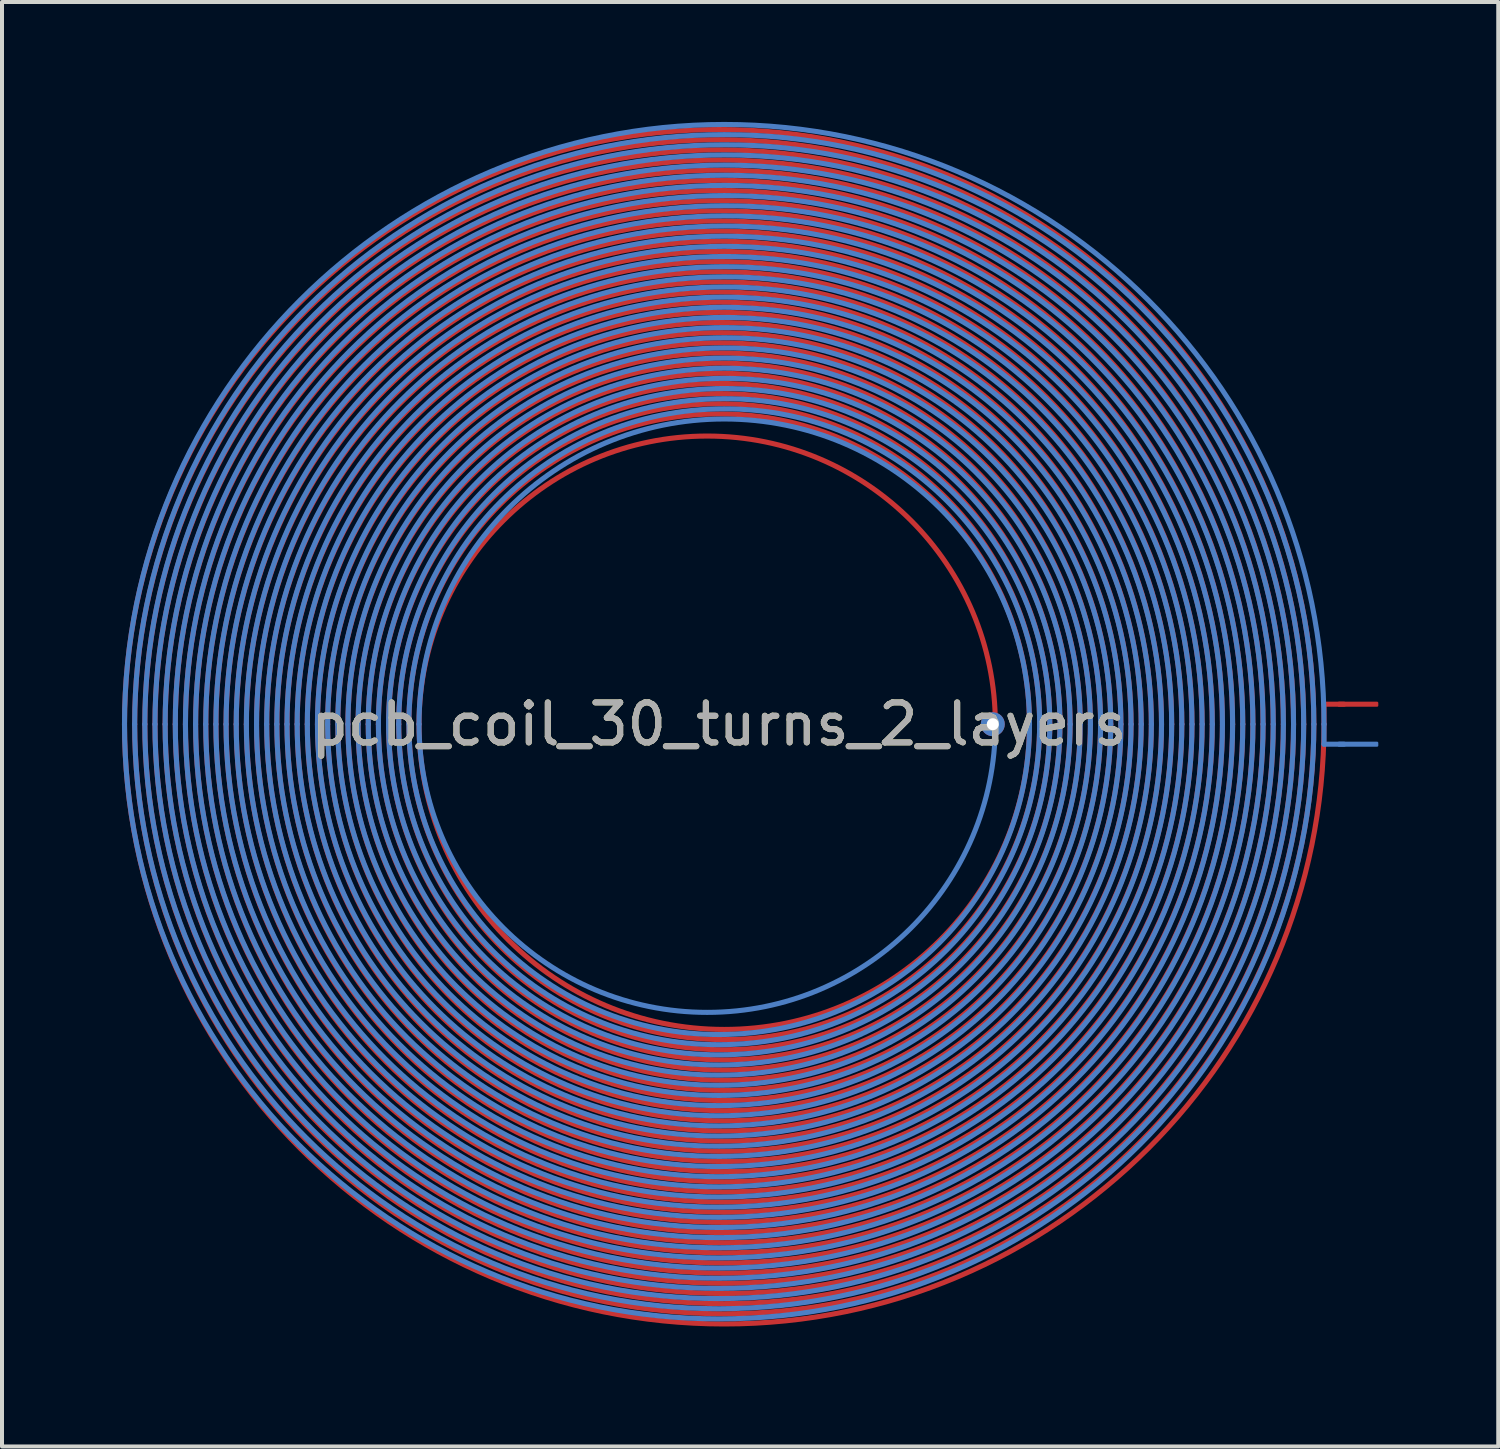
<source format=kicad_pcb>
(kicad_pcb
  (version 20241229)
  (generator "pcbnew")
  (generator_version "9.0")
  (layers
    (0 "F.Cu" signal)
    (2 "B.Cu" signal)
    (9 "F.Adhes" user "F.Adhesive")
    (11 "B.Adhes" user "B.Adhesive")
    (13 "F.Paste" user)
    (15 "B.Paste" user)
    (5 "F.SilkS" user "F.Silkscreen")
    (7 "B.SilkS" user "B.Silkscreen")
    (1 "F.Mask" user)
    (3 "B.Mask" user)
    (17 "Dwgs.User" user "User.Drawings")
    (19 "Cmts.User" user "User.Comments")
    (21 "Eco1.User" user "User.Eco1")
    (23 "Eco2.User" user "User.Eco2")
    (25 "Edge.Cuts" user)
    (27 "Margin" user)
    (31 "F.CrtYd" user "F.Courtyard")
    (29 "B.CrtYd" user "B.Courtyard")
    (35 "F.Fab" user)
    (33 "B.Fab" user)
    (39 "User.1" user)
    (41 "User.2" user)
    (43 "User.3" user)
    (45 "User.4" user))
  (footprint "pcb_coil_30_turns_2_layers"
    (layer "F.Cu")
    (at 14.937 15.063)
    (property "Reference" "pcb_coil_30_turns_2_layers" (at 0 0 0) (unlocked yes) (layer "F.SilkS") (effects (font (size 1 1) (thickness 0.15))))
    (attr smd)
    (fp_line (start 15.127 -0.5) (end 15.627 -0.5) (stroke (width 0.127) (type solid)) (layer "F.Cu"))
    (fp_line (start 15.127 0) (end 15.127 -0.5) (stroke (width 0.127) (type solid)) (layer "F.Cu"))
    (fp_arc (start -14.873 0) (mid 0 -14.873) (end 14.873 0) (stroke (width 0.127) (type solid)) (layer "F.Cu"))
    (fp_arc (start -14.619 0) (mid 0 -14.619) (end 14.619 0) (stroke (width 0.127) (type solid)) (layer "F.Cu"))
    (fp_arc (start -14.365 0) (mid 0 -14.365) (end 14.365 0) (stroke (width 0.127) (type solid)) (layer "F.Cu"))
    (fp_arc (start -14.111 0) (mid 0 -14.111) (end 14.111 0) (stroke (width 0.127) (type solid)) (layer "F.Cu"))
    (fp_arc (start -13.857 0) (mid 0 -13.857) (end 13.857 0) (stroke (width 0.127) (type solid)) (layer "F.Cu"))
    (fp_arc (start -13.603 0) (mid 0 -13.603) (end 13.603 0) (stroke (width 0.127) (type solid)) (layer "F.Cu"))
    (fp_arc (start -13.349 0) (mid 0 -13.349) (end 13.349 0) (stroke (width 0.127) (type solid)) (layer "F.Cu"))
    (fp_arc (start -13.095 0) (mid 0 -13.095) (end 13.095 0) (stroke (width 0.127) (type solid)) (layer "F.Cu"))
    (fp_arc (start -12.841 0) (mid 0 -12.841) (end 12.841 0) (stroke (width 0.127) (type solid)) (layer "F.Cu"))
    (fp_arc (start -12.587 0) (mid 0 -12.587) (end 12.587 0) (stroke (width 0.127) (type solid)) (layer "F.Cu"))
    (fp_arc (start -12.333 0) (mid 0 -12.333) (end 12.333 0) (stroke (width 0.127) (type solid)) (layer "F.Cu"))
    (fp_arc (start -12.079 0) (mid 0 -12.079) (end 12.079 0) (stroke (width 0.127) (type solid)) (layer "F.Cu"))
    (fp_arc (start -11.825 0) (mid 0 -11.825) (end 11.825 0) (stroke (width 0.127) (type solid)) (layer "F.Cu"))
    (fp_arc (start -11.571 0) (mid 0 -11.571) (end 11.571 0) (stroke (width 0.127) (type solid)) (layer "F.Cu"))
    (fp_arc (start -11.317 0) (mid 0 -11.317) (end 11.317 0) (stroke (width 0.127) (type solid)) (layer "F.Cu"))
    (fp_arc (start -11.063 0) (mid 0 -11.063) (end 11.063 0) (stroke (width 0.127) (type solid)) (layer "F.Cu"))
    (fp_arc (start -10.809 0) (mid 0 -10.809) (end 10.809 0) (stroke (width 0.127) (type solid)) (layer "F.Cu"))
    (fp_arc (start -10.555 0) (mid 0 -10.555) (end 10.555 0) (stroke (width 0.127) (type solid)) (layer "F.Cu"))
    (fp_arc (start -10.301 0) (mid 0 -10.301) (end 10.301 0) (stroke (width 0.127) (type solid)) (layer "F.Cu"))
    (fp_arc (start -10.047 0) (mid 0 -10.047) (end 10.047 0) (stroke (width 0.127) (type solid)) (layer "F.Cu"))
    (fp_arc (start -9.793 0) (mid 0 -9.793) (end 9.793 0) (stroke (width 0.127) (type solid)) (layer "F.Cu"))
    (fp_arc (start -9.539 0) (mid 0 -9.539) (end 9.539 0) (stroke (width 0.127) (type solid)) (layer "F.Cu"))
    (fp_arc (start -9.285 0) (mid 0 -9.285) (end 9.285 0) (stroke (width 0.127) (type solid)) (layer "F.Cu"))
    (fp_arc (start -9.031 0) (mid 0 -9.031) (end 9.031 0) (stroke (width 0.127) (type solid)) (layer "F.Cu"))
    (fp_arc (start -8.777 0) (mid 0 -8.777) (end 8.777 0) (stroke (width 0.127) (type solid)) (layer "F.Cu"))
    (fp_arc (start -8.523 0) (mid 0 -8.523) (end 8.523 0) (stroke (width 0.127) (type solid)) (layer "F.Cu"))
    (fp_arc (start -8.269 0) (mid 0 -8.269) (end 8.269 0) (stroke (width 0.127) (type solid)) (layer "F.Cu"))
    (fp_arc (start -8.015 0) (mid 0 -8.015) (end 8.015 0) (stroke (width 0.127) (type solid)) (layer "F.Cu"))
    (fp_arc (start -7.761 0) (mid 0 -7.761) (end 7.761 0) (stroke (width 0.127) (type solid)) (layer "F.Cu"))
    (fp_arc (start -7.507 0) (mid -0.6 -7.207) (end 6.907 0) (stroke (width 0.127) (type solid)) (layer "F.Cu"))
    (fp_arc (start 7.761 0) (mid -0.127 7.634) (end -7.507 0) (stroke (width 0.127) (type solid)) (layer "F.Cu"))
    (fp_arc (start 8.015 0) (mid 0.127 7.888) (end -7.761 0) (stroke (width 0.127) (type solid)) (layer "F.Cu"))
    (fp_arc (start 8.269 0) (mid 0.127 8.142) (end -8.015 0) (stroke (width 0.127) (type solid)) (layer "F.Cu"))
    (fp_arc (start 8.523 0) (mid 0.127 8.396) (end -8.269 0) (stroke (width 0.127) (type solid)) (layer "F.Cu"))
    (fp_arc (start 8.777 0) (mid 0.127 8.65) (end -8.523 0) (stroke (width 0.127) (type solid)) (layer "F.Cu"))
    (fp_arc (start 9.031 0) (mid 0.127 8.904) (end -8.777 0) (stroke (width 0.127) (type solid)) (layer "F.Cu"))
    (fp_arc (start 9.285 0) (mid 0.127 9.158) (end -9.031 0) (stroke (width 0.127) (type solid)) (layer "F.Cu"))
    (fp_arc (start 9.539 0) (mid 0.127 9.412) (end -9.285 0) (stroke (width 0.127) (type solid)) (layer "F.Cu"))
    (fp_arc (start 9.793 0) (mid 0.127 9.666) (end -9.539 0) (stroke (width 0.127) (type solid)) (layer "F.Cu"))
    (fp_arc (start 10.047 0) (mid 0.127 9.92) (end -9.793 0) (stroke (width 0.127) (type solid)) (layer "F.Cu"))
    (fp_arc (start 10.301 0) (mid 0.127 10.174) (end -10.047 0) (stroke (width 0.127) (type solid)) (layer "F.Cu"))
    (fp_arc (start 10.555 0) (mid 0.127 10.428) (end -10.301 0) (stroke (width 0.127) (type solid)) (layer "F.Cu"))
    (fp_arc (start 10.809 0) (mid 0.127 10.682) (end -10.555 0) (stroke (width 0.127) (type solid)) (layer "F.Cu"))
    (fp_arc (start 11.063 0) (mid 0.127 10.936) (end -10.809 0) (stroke (width 0.127) (type solid)) (layer "F.Cu"))
    (fp_arc (start 11.317 0) (mid 0.127 11.19) (end -11.063 0) (stroke (width 0.127) (type solid)) (layer "F.Cu"))
    (fp_arc (start 11.571 0) (mid 0.127 11.444) (end -11.317 0) (stroke (width 0.127) (type solid)) (layer "F.Cu"))
    (fp_arc (start 11.825 0) (mid 0.127 11.698) (end -11.571 0) (stroke (width 0.127) (type solid)) (layer "F.Cu"))
    (fp_arc (start 12.079 0) (mid 0.127 11.952) (end -11.825 0) (stroke (width 0.127) (type solid)) (layer "F.Cu"))
    (fp_arc (start 12.333 0) (mid 0.127 12.206) (end -12.079 0) (stroke (width 0.127) (type solid)) (layer "F.Cu"))
    (fp_arc (start 12.587 0) (mid 0.127 12.46) (end -12.333 0) (stroke (width 0.127) (type solid)) (layer "F.Cu"))
    (fp_arc (start 12.841 0) (mid 0.127 12.714) (end -12.587 0) (stroke (width 0.127) (type solid)) (layer "F.Cu"))
    (fp_arc (start 13.095 0) (mid 0.127 12.968) (end -12.841 0) (stroke (width 0.127) (type solid)) (layer "F.Cu"))
    (fp_arc (start 13.349 0) (mid 0.127 13.222) (end -13.095 0) (stroke (width 0.127) (type solid)) (layer "F.Cu"))
    (fp_arc (start 13.603 0) (mid 0.127 13.476) (end -13.349 0) (stroke (width 0.127) (type solid)) (layer "F.Cu"))
    (fp_arc (start 13.857 0) (mid 0.127 13.73) (end -13.603 0) (stroke (width 0.127) (type solid)) (layer "F.Cu"))
    (fp_arc (start 14.111 0) (mid 0.127 13.984) (end -13.857 0) (stroke (width 0.127) (type solid)) (layer "F.Cu"))
    (fp_arc (start 14.365 0) (mid 0.127 14.238) (end -14.111 0) (stroke (width 0.127) (type solid)) (layer "F.Cu"))
    (fp_arc (start 14.619 0) (mid 0.127 14.492) (end -14.365 0) (stroke (width 0.127) (type solid)) (layer "F.Cu"))
    (fp_arc (start 14.873 0) (mid 0.127 14.746) (end -14.619 0) (stroke (width 0.127) (type solid)) (layer "F.Cu"))
    (fp_arc (start 15.127 0) (mid 0.127 15) (end -14.873 0) (stroke (width 0.127) (type solid)) (layer "F.Cu"))
    (fp_line (start 15.127 0) (end 15.127 0.5) (stroke (width 0.127) (type solid)) (layer "B.Cu"))
    (fp_line (start 15.127 0.5) (end 15.627 0.5) (stroke (width 0.127) (type solid)) (layer "B.Cu"))
    (fp_arc (start -14.873 0) (mid 0.127 -15) (end 15.127 0) (stroke (width 0.127) (type solid)) (layer "B.Cu"))
    (fp_arc (start -14.619 0) (mid 0.127 -14.746) (end 14.873 0) (stroke (width 0.127) (type solid)) (layer "B.Cu"))
    (fp_arc (start -14.365 0) (mid 0.127 -14.492) (end 14.619 0) (stroke (width 0.127) (type solid)) (layer "B.Cu"))
    (fp_arc (start -14.111 0) (mid 0.127 -14.238) (end 14.365 0) (stroke (width 0.127) (type solid)) (layer "B.Cu"))
    (fp_arc (start -13.857 0) (mid 0.127 -13.984) (end 14.111 0) (stroke (width 0.127) (type solid)) (layer "B.Cu"))
    (fp_arc (start -13.603 0) (mid 0.127 -13.73) (end 13.857 0) (stroke (width 0.127) (type solid)) (layer "B.Cu"))
    (fp_arc (start -13.349 0) (mid 0.127 -13.476) (end 13.603 0) (stroke (width 0.127) (type solid)) (layer "B.Cu"))
    (fp_arc (start -13.095 0) (mid 0.127 -13.222) (end 13.349 0) (stroke (width 0.127) (type solid)) (layer "B.Cu"))
    (fp_arc (start -12.841 0) (mid 0.127 -12.968) (end 13.095 0) (stroke (width 0.127) (type solid)) (layer "B.Cu"))
    (fp_arc (start -12.587 0) (mid 0.127 -12.714) (end 12.841 0) (stroke (width 0.127) (type solid)) (layer "B.Cu"))
    (fp_arc (start -12.333 0) (mid 0.127 -12.46) (end 12.587 0) (stroke (width 0.127) (type solid)) (layer "B.Cu"))
    (fp_arc (start -12.079 0) (mid 0.127 -12.206) (end 12.333 0) (stroke (width 0.127) (type solid)) (layer "B.Cu"))
    (fp_arc (start -11.825 0) (mid 0.127 -11.952) (end 12.079 0) (stroke (width 0.127) (type solid)) (layer "B.Cu"))
    (fp_arc (start -11.571 0) (mid 0.127 -11.698) (end 11.825 0) (stroke (width 0.127) (type solid)) (layer "B.Cu"))
    (fp_arc (start -11.317 0) (mid 0.127 -11.444) (end 11.571 0) (stroke (width 0.127) (type solid)) (layer "B.Cu"))
    (fp_arc (start -11.063 0) (mid 0.127 -11.19) (end 11.317 0) (stroke (width 0.127) (type solid)) (layer "B.Cu"))
    (fp_arc (start -10.809 0) (mid 0.127 -10.936) (end 11.063 0) (stroke (width 0.127) (type solid)) (layer "B.Cu"))
    (fp_arc (start -10.555 0) (mid 0.127 -10.682) (end 10.809 0) (stroke (width 0.127) (type solid)) (layer "B.Cu"))
    (fp_arc (start -10.301 0) (mid 0.127 -10.428) (end 10.555 0) (stroke (width 0.127) (type solid)) (layer "B.Cu"))
    (fp_arc (start -10.047 0) (mid 0.127 -10.174) (end 10.301 0) (stroke (width 0.127) (type solid)) (layer "B.Cu"))
    (fp_arc (start -9.793 0) (mid 0.127 -9.92) (end 10.047 0) (stroke (width 0.127) (type solid)) (layer "B.Cu"))
    (fp_arc (start -9.539 0) (mid 0.127 -9.666) (end 9.793 0) (stroke (width 0.127) (type solid)) (layer "B.Cu"))
    (fp_arc (start -9.285 0) (mid 0.127 -9.412) (end 9.539 0) (stroke (width 0.127) (type solid)) (layer "B.Cu"))
    (fp_arc (start -9.031 0) (mid 0.127 -9.158) (end 9.285 0) (stroke (width 0.127) (type solid)) (layer "B.Cu"))
    (fp_arc (start -8.777 0) (mid 0.127 -8.904) (end 9.031 0) (stroke (width 0.127) (type solid)) (layer "B.Cu"))
    (fp_arc (start -8.523 0) (mid 0.127 -8.65) (end 8.777 0) (stroke (width 0.127) (type solid)) (layer "B.Cu"))
    (fp_arc (start -8.269 0) (mid 0.127 -8.396) (end 8.523 0) (stroke (width 0.127) (type solid)) (layer "B.Cu"))
    (fp_arc (start -8.015 0) (mid 0.127 -8.142) (end 8.269 0) (stroke (width 0.127) (type solid)) (layer "B.Cu"))
    (fp_arc (start -7.761 0) (mid 0.127 -7.888) (end 8.015 0) (stroke (width 0.127) (type solid)) (layer "B.Cu"))
    (fp_arc (start -7.507 0) (mid -0.127 -7.634) (end 7.761 0) (stroke (width 0.127) (type solid)) (layer "B.Cu"))
    (fp_arc (start 6.907 0) (mid -0.6 7.207) (end -7.507 0) (stroke (width 0.127) (type solid)) (layer "B.Cu"))
    (fp_arc (start 7.761 0) (mid 0 7.761) (end -7.761 0) (stroke (width 0.127) (type solid)) (layer "B.Cu"))
    (fp_arc (start 8.015 0) (mid 0 8.015) (end -8.015 0) (stroke (width 0.127) (type solid)) (layer "B.Cu"))
    (fp_arc (start 8.269 0) (mid 0 8.269) (end -8.269 0) (stroke (width 0.127) (type solid)) (layer "B.Cu"))
    (fp_arc (start 8.523 0) (mid 0 8.523) (end -8.523 0) (stroke (width 0.127) (type solid)) (layer "B.Cu"))
    (fp_arc (start 8.777 0) (mid 0 8.777) (end -8.777 0) (stroke (width 0.127) (type solid)) (layer "B.Cu"))
    (fp_arc (start 9.031 0) (mid 0 9.031) (end -9.031 0) (stroke (width 0.127) (type solid)) (layer "B.Cu"))
    (fp_arc (start 9.285 0) (mid 0 9.285) (end -9.285 0) (stroke (width 0.127) (type solid)) (layer "B.Cu"))
    (fp_arc (start 9.539 0) (mid 0 9.539) (end -9.539 0) (stroke (width 0.127) (type solid)) (layer "B.Cu"))
    (fp_arc (start 9.793 0) (mid 0 9.793) (end -9.793 0) (stroke (width 0.127) (type solid)) (layer "B.Cu"))
    (fp_arc (start 10.047 0) (mid 0 10.047) (end -10.047 0) (stroke (width 0.127) (type solid)) (layer "B.Cu"))
    (fp_arc (start 10.301 0) (mid 0 10.301) (end -10.301 0) (stroke (width 0.127) (type solid)) (layer "B.Cu"))
    (fp_arc (start 10.555 0) (mid 0 10.555) (end -10.555 0) (stroke (width 0.127) (type solid)) (layer "B.Cu"))
    (fp_arc (start 10.809 0) (mid 0 10.809) (end -10.809 0) (stroke (width 0.127) (type solid)) (layer "B.Cu"))
    (fp_arc (start 11.063 0) (mid 0 11.063) (end -11.063 0) (stroke (width 0.127) (type solid)) (layer "B.Cu"))
    (fp_arc (start 11.317 0) (mid 0 11.317) (end -11.317 0) (stroke (width 0.127) (type solid)) (layer "B.Cu"))
    (fp_arc (start 11.571 0) (mid 0 11.571) (end -11.571 0) (stroke (width 0.127) (type solid)) (layer "B.Cu"))
    (fp_arc (start 11.825 0) (mid 0 11.825) (end -11.825 0) (stroke (width 0.127) (type solid)) (layer "B.Cu"))
    (fp_arc (start 12.079 0) (mid 0 12.079) (end -12.079 0) (stroke (width 0.127) (type solid)) (layer "B.Cu"))
    (fp_arc (start 12.333 0) (mid 0 12.333) (end -12.333 0) (stroke (width 0.127) (type solid)) (layer "B.Cu"))
    (fp_arc (start 12.587 0) (mid 0 12.587) (end -12.587 0) (stroke (width 0.127) (type solid)) (layer "B.Cu"))
    (fp_arc (start 12.841 0) (mid 0 12.841) (end -12.841 0) (stroke (width 0.127) (type solid)) (layer "B.Cu"))
    (fp_arc (start 13.095 0) (mid 0 13.095) (end -13.095 0) (stroke (width 0.127) (type solid)) (layer "B.Cu"))
    (fp_arc (start 13.349 0) (mid 0 13.349) (end -13.349 0) (stroke (width 0.127) (type solid)) (layer "B.Cu"))
    (fp_arc (start 13.603 0) (mid 0 13.603) (end -13.603 0) (stroke (width 0.127) (type solid)) (layer "B.Cu"))
    (fp_arc (start 13.857 0) (mid 0 13.857) (end -13.857 0) (stroke (width 0.127) (type solid)) (layer "B.Cu"))
    (fp_arc (start 14.111 0) (mid 0 14.111) (end -14.111 0) (stroke (width 0.127) (type solid)) (layer "B.Cu"))
    (fp_arc (start 14.365 0) (mid 0 14.365) (end -14.365 0) (stroke (width 0.127) (type solid)) (layer "B.Cu"))
    (fp_arc (start 14.619 0) (mid 0 14.619) (end -14.619 0) (stroke (width 0.127) (type solid)) (layer "B.Cu"))
    (fp_arc (start 14.873 0) (mid 0 14.873) (end -14.873 0) (stroke (width 0.127) (type solid)) (layer "B.Cu"))
    (fp_text user "${REFERENCE}" (at 0 0 0) (unlocked yes) (layer "F.Fab") (effects (font (size 1 1) (thickness 0.15))))
    (pad "" thru_hole circle (at 6.843 0) (size 0.6 0.6) (drill 0.3) (layers "*.Cu" "*.Mask"))
    (pad "1" smd roundrect (at 15.977 -0.5) (size 1.016 0.127) (layers "F.Cu") (roundrect_rratio 0.25))
    (pad "2" smd roundrect (at 15.977 0.5) (size 1.016 0.127) (layers "B.Cu") (roundrect_rratio 0.25)))
  (gr_rect
    (start -3 -3)
    (end 34.422 33.127)
    (stroke (width 0.1) (type default))
    (fill no)
    (layer "Edge.Cuts")))
</source>
